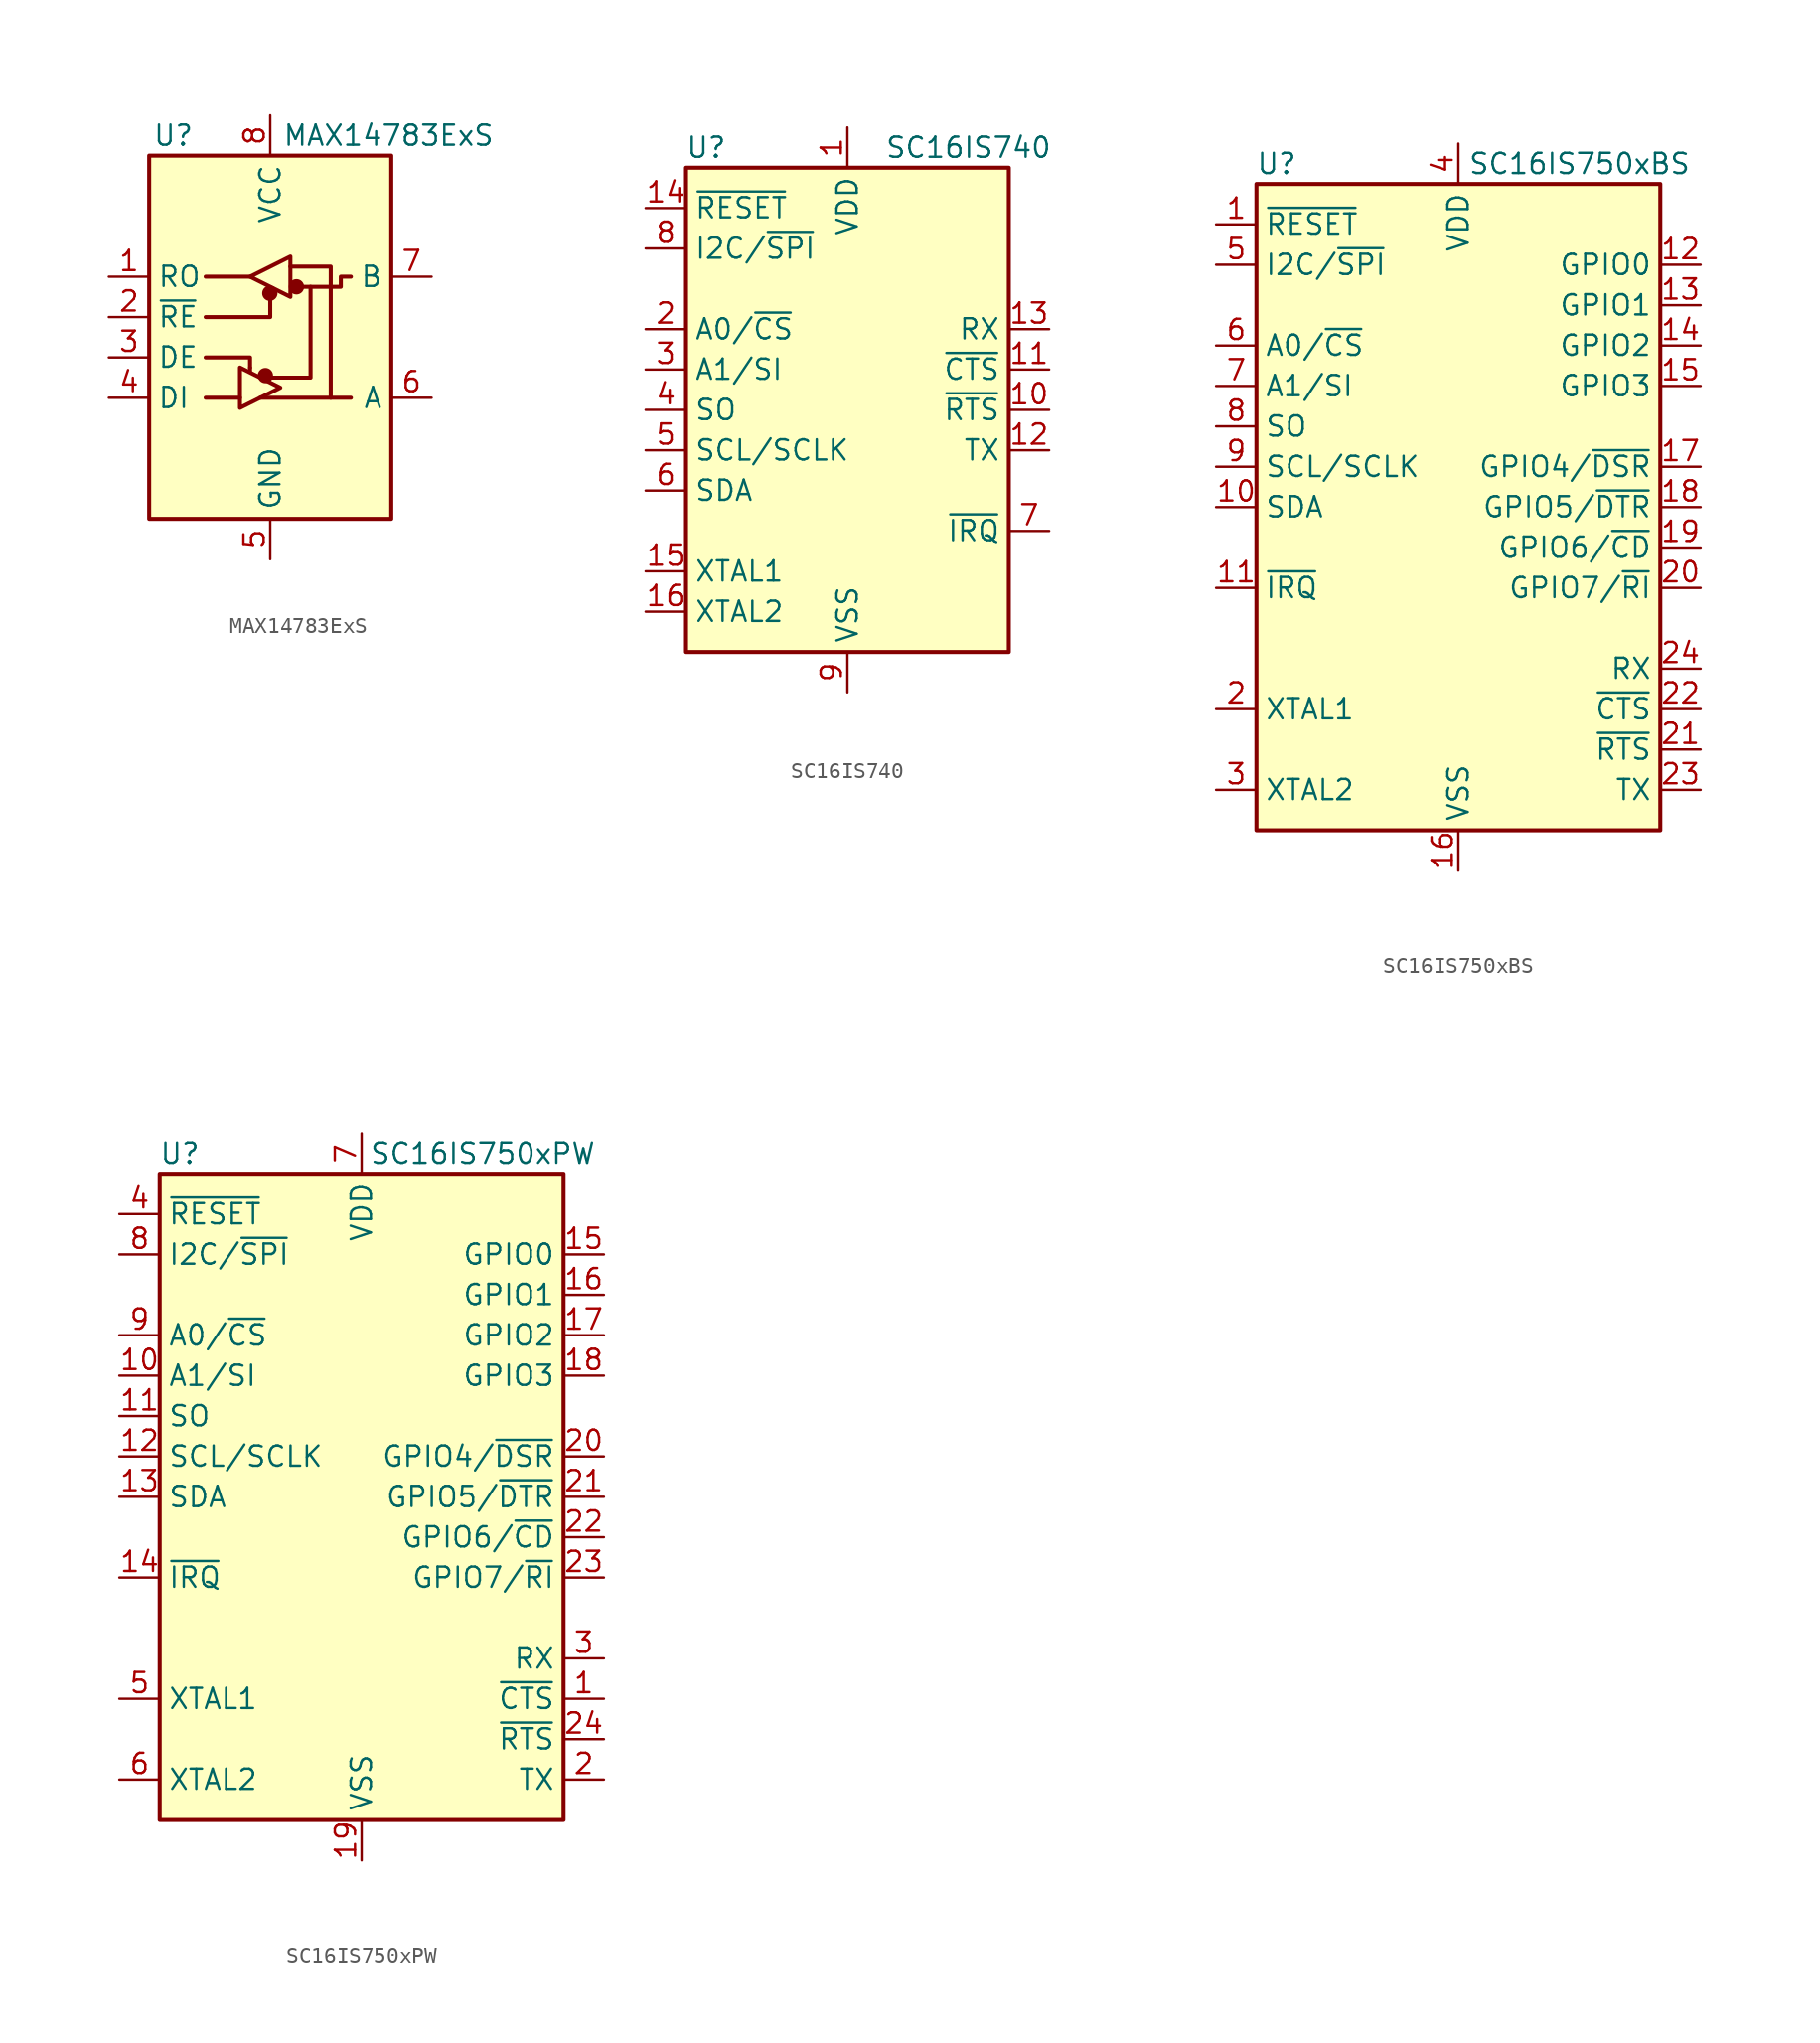
<source format=kicad_sym>
(kicad_symbol_lib
  (version 20201005)
  (generator kicad_symbol_editor)
  (symbol "MAX14783ExS"
    (property "Reference" "U"
      (at -6.096 11.43 0)
      (effects (font (size 1.27 1.27))))
    (property "Value" "MAX14783ExS"
      (at 0.762 11.43 0)
      (effects (font (size 1.27 1.27)) (justify left)))
    (symbol "MAX14783ExS_0_1"
      (circle (center -0.305 -3.683) (radius 0.356) (stroke (width 0.254)) (fill (type outline)))
      (circle (center -0.025 1.499) (radius 0.356) (stroke (width 0.254)) (fill (type outline)))
      (circle (center 1.651 1.905) (radius 0.356) (stroke (width 0.254)) (fill (type outline)))
      (rectangle (start 1.27 3.175) (end 1.27 3.175) (stroke (width 0)) (fill (type none)))
      (rectangle (start -7.62 10.16) (end 7.62 -12.7) (stroke (width 0.254)) (fill (type background)))
      (polyline (pts (xy -4.064 -5.08) (xy -1.905 -5.08)) (stroke (width 0.254)) (fill (type none)))
      (polyline (pts (xy -4.064 2.54) (xy -1.27 2.54)) (stroke (width 0.254)) (fill (type none)))
      (polyline (pts (xy -1.27 -3.2) (xy -1.27 -3.454)) (stroke (width 0.254)) (fill (type none)))
      (polyline (pts (xy -0.635 -5.08) (xy 5.08 -5.08)) (stroke (width 0.254)) (fill (type none)))
      (polyline (pts (xy -4.064 -2.54) (xy -1.27 -2.54) (xy -1.27 -3.175)) (stroke (width 0.254)) (fill (type none)))
      (polyline (pts (xy 0 1.27) (xy 0 0) (xy -4.064 0)) (stroke (width 0.254)) (fill (type none)))
      (polyline (pts (xy 1.27 3.175) (xy 3.81 3.175) (xy 3.81 -5.08)) (stroke (width 0.254)) (fill (type none)))
      (polyline (pts (xy 2.54 1.905) (xy 2.54 -3.81) (xy 0 -3.81)) (stroke (width 0.254)) (fill (type none)))
      (polyline (pts (xy -1.905 -3.175) (xy -1.905 -5.715) (xy 0.635 -4.445) (xy -1.905 -3.175)) (stroke (width 0.254)) (fill (type none)))
      (polyline (pts (xy -1.27 2.54) (xy 1.27 3.81) (xy 1.27 1.27) (xy -1.27 2.54)) (stroke (width 0.254)) (fill (type none)))
      (polyline (pts (xy 1.905 1.905) (xy 4.445 1.905) (xy 4.445 2.54) (xy 5.08 2.54)) (stroke (width 0.254)) (fill (type none))))
    (symbol "MAX14783ExS_1_1"
      (pin output line (at -10.16 2.54 0) (length 2.54) (name "RO" (effects (font (size 1.27 1.27)))) (number "1" (effects (font (size 1.27 1.27)))))
      (pin input line (at -10.16 0 0) (length 2.54) (name "~RE" (effects (font (size 1.27 1.27)))) (number "2" (effects (font (size 1.27 1.27)))))
      (pin input line (at -10.16 -2.54 0) (length 2.54) (name "DE" (effects (font (size 1.27 1.27)))) (number "3" (effects (font (size 1.27 1.27)))))
      (pin input line (at -10.16 -5.08 0) (length 2.54) (name "DI" (effects (font (size 1.27 1.27)))) (number "4" (effects (font (size 1.27 1.27)))))
      (pin power_in line (at 0 -15.24 90) (length 2.54) (name "GND" (effects (font (size 1.27 1.27)))) (number "5" (effects (font (size 1.27 1.27)))))
      (pin bidirectional line (at 10.16 -5.08 180) (length 2.54) (name "A" (effects (font (size 1.27 1.27)))) (number "6" (effects (font (size 1.27 1.27)))))
      (pin bidirectional line (at 10.16 2.54 180) (length 2.54) (name "B" (effects (font (size 1.27 1.27)))) (number "7" (effects (font (size 1.27 1.27)))))
      (pin power_in line (at 0 12.7 270) (length 2.54) (name "VCC" (effects (font (size 1.27 1.27)))) (number "8" (effects (font (size 1.27 1.27)))))))
  (symbol "SC16IS740"
    (property "Reference" "U"
      (at -8.89 16.51 0)
      (effects (font (size 1.27 1.27))))
    (property "Value" "SC16IS740"
      (at 7.62 16.51 0)
      (effects (font (size 1.27 1.27))))
    (symbol "SC16IS740_0_1"
      (rectangle (start -10.16 15.24) (end 10.16 -15.24) (stroke (width 0.254)) (fill (type background))))
    (symbol "SC16IS740_1_1"
      (pin power_in line (at 0 17.78 270) (length 2.54) (name "VDD" (effects (font (size 1.27 1.27)))) (number "1" (effects (font (size 1.27 1.27)))))
      (pin output line (at 12.7 0 180) (length 2.54) (name "~RTS" (effects (font (size 1.27 1.27)))) (number "10" (effects (font (size 1.27 1.27)))))
      (pin input line (at 12.7 2.54 180) (length 2.54) (name "~CTS" (effects (font (size 1.27 1.27)))) (number "11" (effects (font (size 1.27 1.27)))))
      (pin output line (at 12.7 -2.54 180) (length 2.54) (name "TX" (effects (font (size 1.27 1.27)))) (number "12" (effects (font (size 1.27 1.27)))))
      (pin input line (at 12.7 5.08 180) (length 2.54) (name "RX" (effects (font (size 1.27 1.27)))) (number "13" (effects (font (size 1.27 1.27)))))
      (pin input line (at -12.7 12.7 0) (length 2.54) (name "~RESET" (effects (font (size 1.27 1.27)))) (number "14" (effects (font (size 1.27 1.27)))))
      (pin input line (at -12.7 -10.16 0) (length 2.54) (name "XTAL1" (effects (font (size 1.27 1.27)))) (number "15" (effects (font (size 1.27 1.27)))))
      (pin output line (at -12.7 -12.7 0) (length 2.54) (name "XTAL2" (effects (font (size 1.27 1.27)))) (number "16" (effects (font (size 1.27 1.27)))))
      (pin input line (at -12.7 5.08 0) (length 2.54) (name "A0/~CS" (effects (font (size 1.27 1.27)))) (number "2" (effects (font (size 1.27 1.27)))))
      (pin input line (at -12.7 2.54 0) (length 2.54) (name "A1/SI" (effects (font (size 1.27 1.27)))) (number "3" (effects (font (size 1.27 1.27)))))
      (pin output line (at -12.7 0 0) (length 2.54) (name "SO" (effects (font (size 1.27 1.27)))) (number "4" (effects (font (size 1.27 1.27)))))
      (pin input line (at -12.7 -2.54 0) (length 2.54) (name "SCL/SCLK" (effects (font (size 1.27 1.27)))) (number "5" (effects (font (size 1.27 1.27)))))
      (pin bidirectional line (at -12.7 -5.08 0) (length 2.54) (name "SDA" (effects (font (size 1.27 1.27)))) (number "6" (effects (font (size 1.27 1.27)))))
      (pin open_collector line (at 12.7 -7.62 180) (length 2.54) (name "~IRQ" (effects (font (size 1.27 1.27)))) (number "7" (effects (font (size 1.27 1.27)))))
      (pin input line (at -12.7 10.16 0) (length 2.54) (name "I2C/~SPI" (effects (font (size 1.27 1.27)))) (number "8" (effects (font (size 1.27 1.27)))))
      (pin power_in line (at 0 -17.78 90) (length 2.54) (name "VSS" (effects (font (size 1.27 1.27)))) (number "9" (effects (font (size 1.27 1.27)))))))
  (symbol "SC16IS750xBS"
    (property "Reference" "U"
      (at -11.43 21.59 0)
      (effects (font (size 1.27 1.27))))
    (property "Value" "SC16IS750xBS"
      (at 7.62 21.59 0)
      (effects (font (size 1.27 1.27))))
    (symbol "SC16IS750xBS_0_1"
      (rectangle (start -12.7 20.32) (end 12.7 -20.32) (stroke (width 0.254)) (fill (type background))))
    (symbol "SC16IS750xBS_1_1"
      (pin input line (at -15.24 17.78 0) (length 2.54) (name "~RESET" (effects (font (size 1.27 1.27)))) (number "1" (effects (font (size 1.27 1.27)))))
      (pin bidirectional line (at -15.24 0 0) (length 2.54) (name "SDA" (effects (font (size 1.27 1.27)))) (number "10" (effects (font (size 1.27 1.27)))))
      (pin open_collector line (at -15.24 -5.08 0) (length 2.54) (name "~IRQ" (effects (font (size 1.27 1.27)))) (number "11" (effects (font (size 1.27 1.27)))))
      (pin bidirectional line (at 15.24 15.24 180) (length 2.54) (name "GPIO0" (effects (font (size 1.27 1.27)))) (number "12" (effects (font (size 1.27 1.27)))))
      (pin bidirectional line (at 15.24 12.7 180) (length 2.54) (name "GPIO1" (effects (font (size 1.27 1.27)))) (number "13" (effects (font (size 1.27 1.27)))))
      (pin bidirectional line (at 15.24 10.16 180) (length 2.54) (name "GPIO2" (effects (font (size 1.27 1.27)))) (number "14" (effects (font (size 1.27 1.27)))))
      (pin bidirectional line (at 15.24 7.62 180) (length 2.54) (name "GPIO3" (effects (font (size 1.27 1.27)))) (number "15" (effects (font (size 1.27 1.27)))))
      (pin power_in line (at 0 -22.86 90) (length 2.54) (name "VSS" (effects (font (size 1.27 1.27)))) (number "16" (effects (font (size 1.27 1.27)))))
      (pin bidirectional line (at 15.24 2.54 180) (length 2.54) (name "GPIO4/~DSR" (effects (font (size 1.27 1.27)))) (number "17" (effects (font (size 1.27 1.27)))))
      (pin bidirectional line (at 15.24 0 180) (length 2.54) (name "GPIO5/~DTR" (effects (font (size 1.27 1.27)))) (number "18" (effects (font (size 1.27 1.27)))))
      (pin bidirectional line (at 15.24 -2.54 180) (length 2.54) (name "GPIO6/~CD" (effects (font (size 1.27 1.27)))) (number "19" (effects (font (size 1.27 1.27)))))
      (pin input line (at -15.24 -12.7 0) (length 2.54) (name "XTAL1" (effects (font (size 1.27 1.27)))) (number "2" (effects (font (size 1.27 1.27)))))
      (pin bidirectional line (at 15.24 -5.08 180) (length 2.54) (name "GPIO7/~RI" (effects (font (size 1.27 1.27)))) (number "20" (effects (font (size 1.27 1.27)))))
      (pin output line (at 15.24 -15.24 180) (length 2.54) (name "~RTS" (effects (font (size 1.27 1.27)))) (number "21" (effects (font (size 1.27 1.27)))))
      (pin input line (at 15.24 -12.7 180) (length 2.54) (name "~CTS" (effects (font (size 1.27 1.27)))) (number "22" (effects (font (size 1.27 1.27)))))
      (pin output line (at 15.24 -17.78 180) (length 2.54) (name "TX" (effects (font (size 1.27 1.27)))) (number "23" (effects (font (size 1.27 1.27)))))
      (pin input line (at 15.24 -10.16 180) (length 2.54) (name "RX" (effects (font (size 1.27 1.27)))) (number "24" (effects (font (size 1.27 1.27)))))
      (pin passive line (at 0 -22.86 90) (length 2.54) hide (name "VSS" (effects (font (size 1.27 1.27)))) (number "25" (effects (font (size 1.27 1.27)))))
      (pin output line (at -15.24 -17.78 0) (length 2.54) (name "XTAL2" (effects (font (size 1.27 1.27)))) (number "3" (effects (font (size 1.27 1.27)))))
      (pin power_in line (at 0 22.86 270) (length 2.54) (name "VDD" (effects (font (size 1.27 1.27)))) (number "4" (effects (font (size 1.27 1.27)))))
      (pin input line (at -15.24 15.24 0) (length 2.54) (name "I2C/~SPI" (effects (font (size 1.27 1.27)))) (number "5" (effects (font (size 1.27 1.27)))))
      (pin input line (at -15.24 10.16 0) (length 2.54) (name "A0/~CS" (effects (font (size 1.27 1.27)))) (number "6" (effects (font (size 1.27 1.27)))))
      (pin input line (at -15.24 7.62 0) (length 2.54) (name "A1/SI" (effects (font (size 1.27 1.27)))) (number "7" (effects (font (size 1.27 1.27)))))
      (pin output line (at -15.24 5.08 0) (length 2.54) (name "SO" (effects (font (size 1.27 1.27)))) (number "8" (effects (font (size 1.27 1.27)))))
      (pin input line (at -15.24 2.54 0) (length 2.54) (name "SCL/SCLK" (effects (font (size 1.27 1.27)))) (number "9" (effects (font (size 1.27 1.27)))))))
  (symbol "SC16IS750xPW"
    (property "Reference" "U"
      (at -11.43 21.59 0)
      (effects (font (size 1.27 1.27))))
    (property "Value" "SC16IS750xPW"
      (at 7.62 21.59 0)
      (effects (font (size 1.27 1.27))))
    (symbol "SC16IS750xPW_0_1"
      (rectangle (start -12.7 20.32) (end 12.7 -20.32) (stroke (width 0.254)) (fill (type background))))
    (symbol "SC16IS750xPW_1_1"
      (pin input line (at 15.24 -12.7 180) (length 2.54) (name "~CTS" (effects (font (size 1.27 1.27)))) (number "1" (effects (font (size 1.27 1.27)))))
      (pin input line (at -15.24 7.62 0) (length 2.54) (name "A1/SI" (effects (font (size 1.27 1.27)))) (number "10" (effects (font (size 1.27 1.27)))))
      (pin output line (at -15.24 5.08 0) (length 2.54) (name "SO" (effects (font (size 1.27 1.27)))) (number "11" (effects (font (size 1.27 1.27)))))
      (pin input line (at -15.24 2.54 0) (length 2.54) (name "SCL/SCLK" (effects (font (size 1.27 1.27)))) (number "12" (effects (font (size 1.27 1.27)))))
      (pin bidirectional line (at -15.24 0 0) (length 2.54) (name "SDA" (effects (font (size 1.27 1.27)))) (number "13" (effects (font (size 1.27 1.27)))))
      (pin open_collector line (at -15.24 -5.08 0) (length 2.54) (name "~IRQ" (effects (font (size 1.27 1.27)))) (number "14" (effects (font (size 1.27 1.27)))))
      (pin bidirectional line (at 15.24 15.24 180) (length 2.54) (name "GPIO0" (effects (font (size 1.27 1.27)))) (number "15" (effects (font (size 1.27 1.27)))))
      (pin bidirectional line (at 15.24 12.7 180) (length 2.54) (name "GPIO1" (effects (font (size 1.27 1.27)))) (number "16" (effects (font (size 1.27 1.27)))))
      (pin bidirectional line (at 15.24 10.16 180) (length 2.54) (name "GPIO2" (effects (font (size 1.27 1.27)))) (number "17" (effects (font (size 1.27 1.27)))))
      (pin bidirectional line (at 15.24 7.62 180) (length 2.54) (name "GPIO3" (effects (font (size 1.27 1.27)))) (number "18" (effects (font (size 1.27 1.27)))))
      (pin power_in line (at 0 -22.86 90) (length 2.54) (name "VSS" (effects (font (size 1.27 1.27)))) (number "19" (effects (font (size 1.27 1.27)))))
      (pin output line (at 15.24 -17.78 180) (length 2.54) (name "TX" (effects (font (size 1.27 1.27)))) (number "2" (effects (font (size 1.27 1.27)))))
      (pin bidirectional line (at 15.24 2.54 180) (length 2.54) (name "GPIO4/~DSR" (effects (font (size 1.27 1.27)))) (number "20" (effects (font (size 1.27 1.27)))))
      (pin bidirectional line (at 15.24 0 180) (length 2.54) (name "GPIO5/~DTR" (effects (font (size 1.27 1.27)))) (number "21" (effects (font (size 1.27 1.27)))))
      (pin bidirectional line (at 15.24 -2.54 180) (length 2.54) (name "GPIO6/~CD" (effects (font (size 1.27 1.27)))) (number "22" (effects (font (size 1.27 1.27)))))
      (pin bidirectional line (at 15.24 -5.08 180) (length 2.54) (name "GPIO7/~RI" (effects (font (size 1.27 1.27)))) (number "23" (effects (font (size 1.27 1.27)))))
      (pin output line (at 15.24 -15.24 180) (length 2.54) (name "~RTS" (effects (font (size 1.27 1.27)))) (number "24" (effects (font (size 1.27 1.27)))))
      (pin input line (at 15.24 -10.16 180) (length 2.54) (name "RX" (effects (font (size 1.27 1.27)))) (number "3" (effects (font (size 1.27 1.27)))))
      (pin input line (at -15.24 17.78 0) (length 2.54) (name "~RESET" (effects (font (size 1.27 1.27)))) (number "4" (effects (font (size 1.27 1.27)))))
      (pin input line (at -15.24 -12.7 0) (length 2.54) (name "XTAL1" (effects (font (size 1.27 1.27)))) (number "5" (effects (font (size 1.27 1.27)))))
      (pin output line (at -15.24 -17.78 0) (length 2.54) (name "XTAL2" (effects (font (size 1.27 1.27)))) (number "6" (effects (font (size 1.27 1.27)))))
      (pin power_in line (at 0 22.86 270) (length 2.54) (name "VDD" (effects (font (size 1.27 1.27)))) (number "7" (effects (font (size 1.27 1.27)))))
      (pin input line (at -15.24 15.24 0) (length 2.54) (name "I2C/~SPI" (effects (font (size 1.27 1.27)))) (number "8" (effects (font (size 1.27 1.27)))))
      (pin input line (at -15.24 10.16 0) (length 2.54) (name "A0/~CS" (effects (font (size 1.27 1.27)))) (number "9" (effects (font (size 1.27 1.27))))))))
</source>
